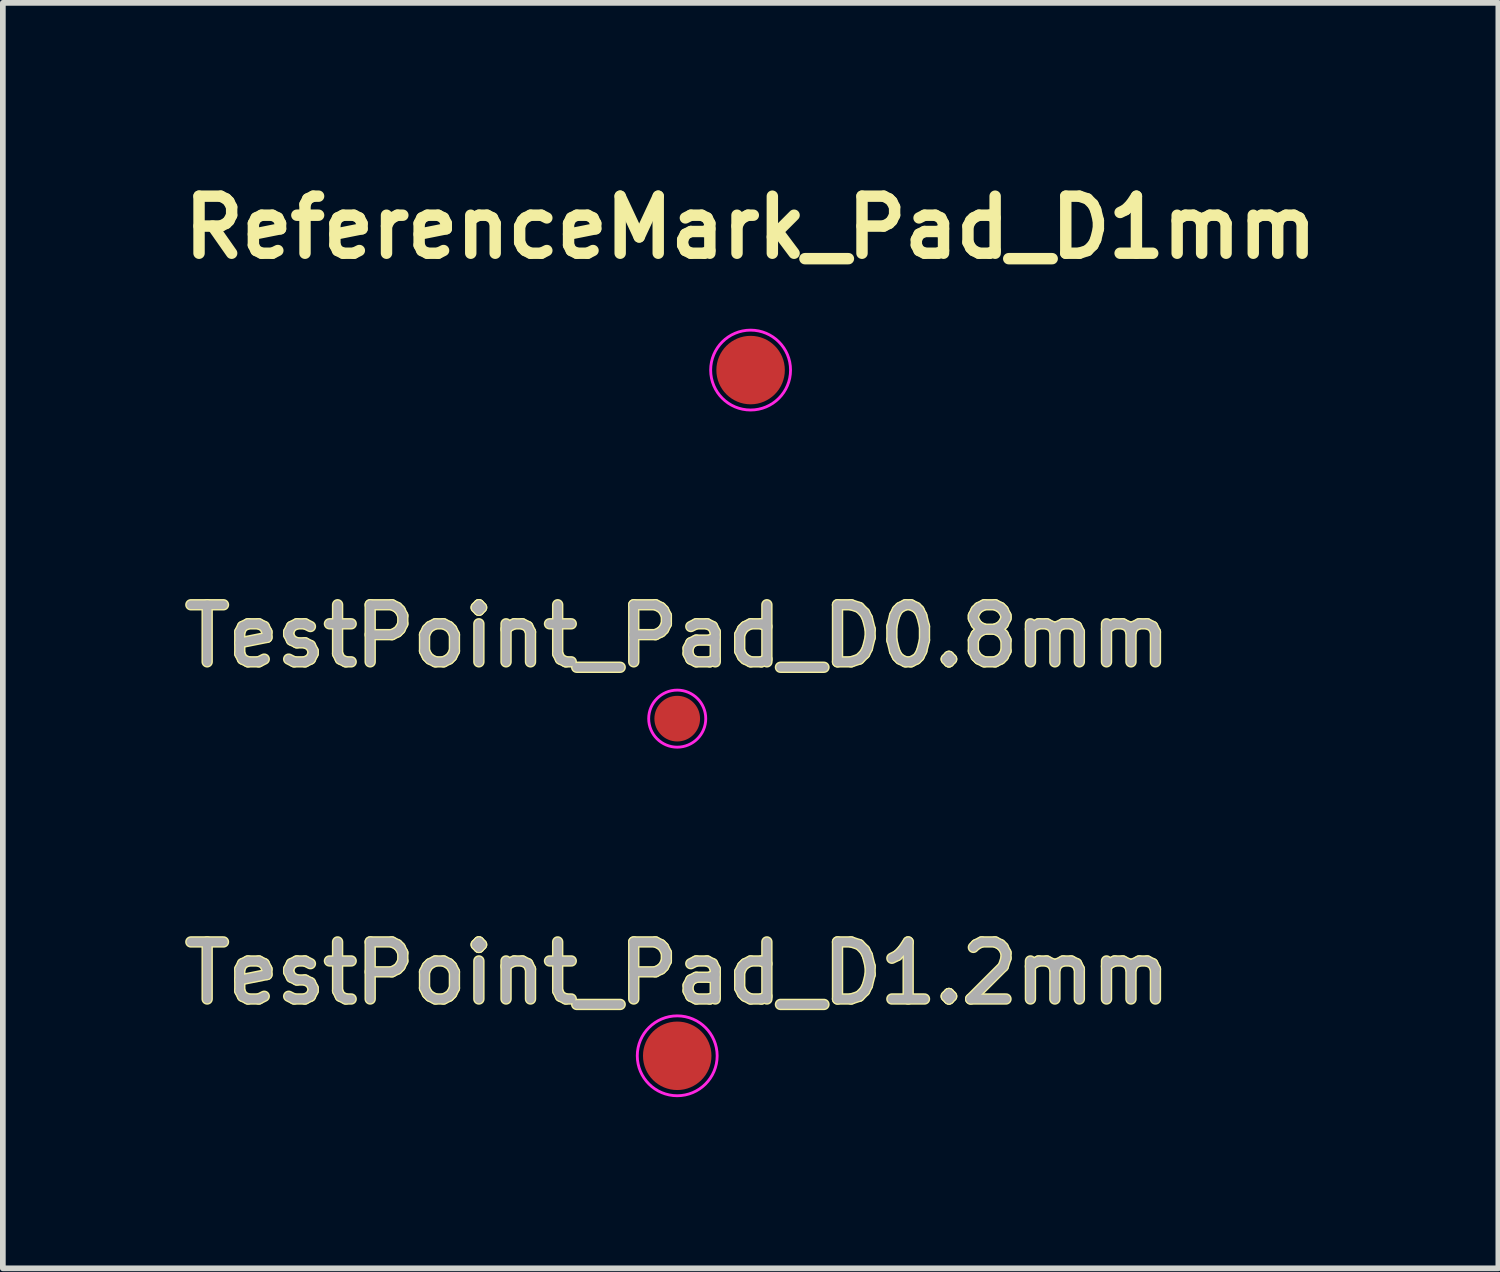
<source format=kicad_pcb>
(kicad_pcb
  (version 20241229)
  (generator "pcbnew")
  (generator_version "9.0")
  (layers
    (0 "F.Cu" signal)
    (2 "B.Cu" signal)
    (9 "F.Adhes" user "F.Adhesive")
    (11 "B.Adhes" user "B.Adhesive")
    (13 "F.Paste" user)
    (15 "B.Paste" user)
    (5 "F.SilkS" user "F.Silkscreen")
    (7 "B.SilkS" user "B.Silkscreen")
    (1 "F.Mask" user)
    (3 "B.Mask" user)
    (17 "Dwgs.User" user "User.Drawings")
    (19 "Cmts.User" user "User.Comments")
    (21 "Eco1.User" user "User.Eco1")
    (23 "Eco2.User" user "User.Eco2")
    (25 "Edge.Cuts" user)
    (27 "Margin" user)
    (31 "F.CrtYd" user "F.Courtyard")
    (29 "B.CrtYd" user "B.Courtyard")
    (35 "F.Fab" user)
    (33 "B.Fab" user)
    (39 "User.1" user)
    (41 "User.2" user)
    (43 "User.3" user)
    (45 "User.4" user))
  (footprint "TestPoint_Pad_D0.8mm"
    (layer "F.Cu")
    (at 8.819 9.545)
    (property "Reference" "TestPoint_Pad_D0.8mm" (at 0 -1.448 0) (layer "F.SilkS") (effects (font (size 1 1) (thickness 0.2))))
    (attr exclude_from_pos_files exclude_from_bom)
    (fp_circle (center 0 0) (end 0.5 0) (stroke (width 0.05) (type solid)) (fill no) (layer "F.CrtYd"))
    (fp_text user "${REFERENCE}" (at 0 -1.45 0) (layer "F.Fab") (effects (font (size 1 1) (thickness 0.15))))
    (pad "1" smd circle (at 0 0) (size 0.8 0.8) (layers "F.Cu" "F.Mask")))
  (footprint "TestPoint_Pad_D1.2mm"
    (layer "F.Cu")
    (at 8.819 15.454)
    (property "Reference" "TestPoint_Pad_D1.2mm" (at 0 -1.448 0) (layer "F.SilkS") (effects (font (size 1 1) (thickness 0.2))))
    (attr exclude_from_pos_files exclude_from_bom)
    (fp_circle (center 0 0) (end 0.7 0) (stroke (width 0.05) (type solid)) (fill no) (layer "F.CrtYd"))
    (fp_text user "${REFERENCE}" (at 0 -1.45 0) (layer "F.Fab") (effects (font (size 1 1) (thickness 0.15))))
    (pad "1" smd circle (at 0 0) (size 1.2 1.2) (layers "F.Cu" "F.Mask")))
  (footprint "ReferenceMark_Pad_D1mm"
    (layer "F.Cu")
    (at 10.105 3.436)
    (property "Reference" "ReferenceMark_Pad_D1mm" (at 0 -2.5 0) (layer "F.SilkS") (effects (font (size 1 1) (thickness 0.2))))
    (attr exclude_from_pos_files exclude_from_bom)
    (fp_circle (center 0 0) (end 0.7 0) (stroke (width 0.05) (type solid)) (fill no) (layer "F.CrtYd"))
    (pad "~" smd circle (at 0 0) (size 1.2 1.2) (layers "F.Cu" "F.Mask")))
  (gr_rect
    (start -3 -3)
    (end 23.21 19.179)
    (stroke (width 0.1) (type default))
    (fill no)
    (layer "Edge.Cuts")))
</source>
